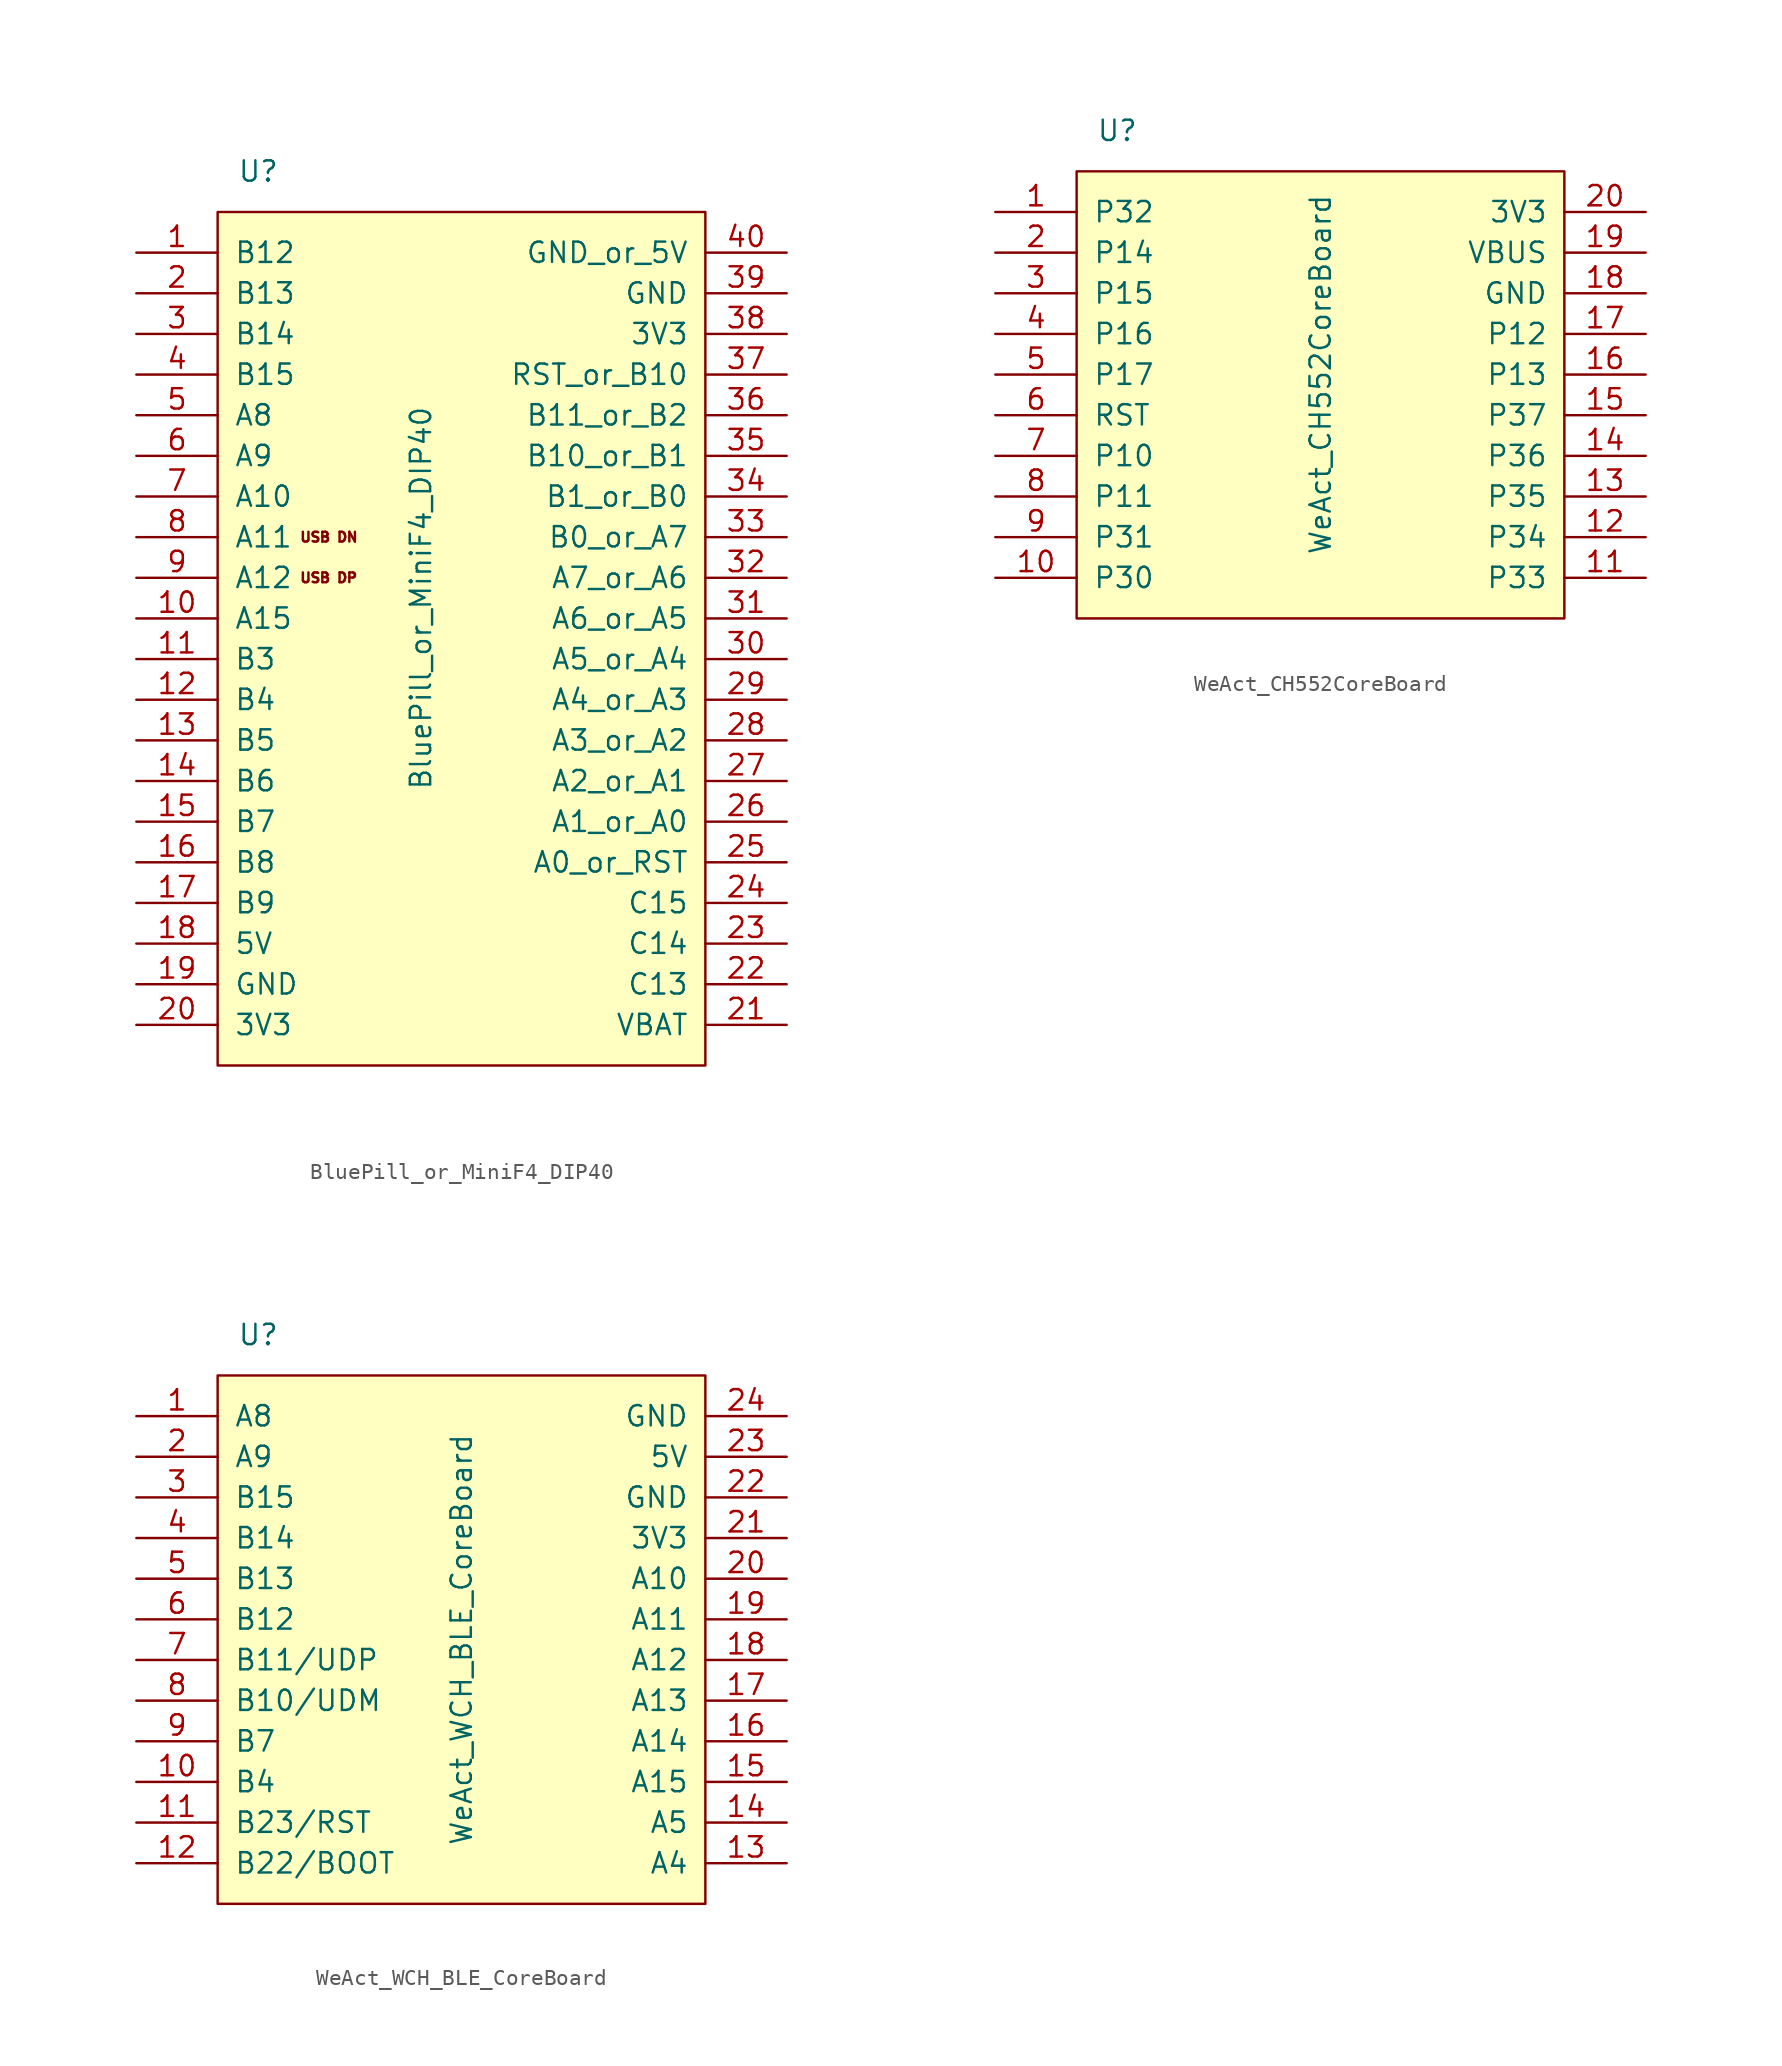
<source format=kicad_sym>
(kicad_symbol_lib
  (version 20231120)
  (generator "kicad_symbol_editor")
  (generator_version "8.0")
  (symbol "BluePill_or_MiniF4_DIP40"
    (pin_names
      (offset 1.016))
    (property "Reference" "U"
      (at -12.7 27.94 0)
      (effects (font (size 1.27 1.27))))
    (property "Value" "BluePill_or_MiniF4_DIP40"
      (at -2.54 1.27 90)
      (effects (font (size 1.27 1.27))))
    (symbol "BluePill_or_MiniF4_DIP40_0_0"
      (text "USB DN" (at -10.16 5.08 0) (effects (font (size 0.61 0.61)) (justify left)))
      (text "USB DP" (at -10.16 2.54 0) (effects (font (size 0.61 0.61)) (justify left))))
    (symbol "BluePill_or_MiniF4_DIP40_0_1"
      (rectangle (start -15.24 25.4) (end 15.24 -27.94) (stroke (width 0) (type solid)) (fill (type background))))
    (symbol "BluePill_or_MiniF4_DIP40_1_1"
      (pin bidirectional line (at -20.32 22.86 0) (length 5.08) (name "B12" (effects (font (size 1.27 1.27)))) (number "1" (effects (font (size 1.27 1.27)))))
      (pin bidirectional line (at -20.32 0 0) (length 5.08) (name "A15" (effects (font (size 1.27 1.27)))) (number "10" (effects (font (size 1.27 1.27)))))
      (pin bidirectional line (at -20.32 -2.54 0) (length 5.08) (name "B3" (effects (font (size 1.27 1.27)))) (number "11" (effects (font (size 1.27 1.27)))))
      (pin bidirectional line (at -20.32 -5.08 0) (length 5.08) (name "B4" (effects (font (size 1.27 1.27)))) (number "12" (effects (font (size 1.27 1.27)))))
      (pin bidirectional line (at -20.32 -7.62 0) (length 5.08) (name "B5" (effects (font (size 1.27 1.27)))) (number "13" (effects (font (size 1.27 1.27)))))
      (pin bidirectional line (at -20.32 -10.16 0) (length 5.08) (name "B6" (effects (font (size 1.27 1.27)))) (number "14" (effects (font (size 1.27 1.27)))))
      (pin bidirectional line (at -20.32 -12.7 0) (length 5.08) (name "B7" (effects (font (size 1.27 1.27)))) (number "15" (effects (font (size 1.27 1.27)))))
      (pin bidirectional line (at -20.32 -15.24 0) (length 5.08) (name "B8" (effects (font (size 1.27 1.27)))) (number "16" (effects (font (size 1.27 1.27)))))
      (pin bidirectional line (at -20.32 -17.78 0) (length 5.08) (name "B9" (effects (font (size 1.27 1.27)))) (number "17" (effects (font (size 1.27 1.27)))))
      (pin power_out line (at -20.32 -20.32 0) (length 5.08) (name "5V" (effects (font (size 1.27 1.27)))) (number "18" (effects (font (size 1.27 1.27)))))
      (pin power_out line (at -20.32 -22.86 0) (length 5.08) (name "GND" (effects (font (size 1.27 1.27)))) (number "19" (effects (font (size 1.27 1.27)))))
      (pin bidirectional line (at -20.32 20.32 0) (length 5.08) (name "B13" (effects (font (size 1.27 1.27)))) (number "2" (effects (font (size 1.27 1.27)))))
      (pin power_out line (at -20.32 -25.4 0) (length 5.08) (name "3V3" (effects (font (size 1.27 1.27)))) (number "20" (effects (font (size 1.27 1.27)))))
      (pin power_out line (at 20.32 -25.4 180) (length 5.08) (name "VBAT" (effects (font (size 1.27 1.27)))) (number "21" (effects (font (size 1.27 1.27)))))
      (pin bidirectional line (at 20.32 -22.86 180) (length 5.08) (name "C13" (effects (font (size 1.27 1.27)))) (number "22" (effects (font (size 1.27 1.27)))))
      (pin bidirectional line (at 20.32 -20.32 180) (length 5.08) (name "C14" (effects (font (size 1.27 1.27)))) (number "23" (effects (font (size 1.27 1.27)))))
      (pin bidirectional line (at 20.32 -17.78 180) (length 5.08) (name "C15" (effects (font (size 1.27 1.27)))) (number "24" (effects (font (size 1.27 1.27)))))
      (pin input line (at 20.32 -15.24 180) (length 5.08) (name "A0_or_RST" (effects (font (size 1.27 1.27)))) (number "25" (effects (font (size 1.27 1.27)))))
      (pin bidirectional line (at 20.32 -12.7 180) (length 5.08) (name "A1_or_A0" (effects (font (size 1.27 1.27)))) (number "26" (effects (font (size 1.27 1.27)))))
      (pin bidirectional line (at 20.32 -10.16 180) (length 5.08) (name "A2_or_A1" (effects (font (size 1.27 1.27)))) (number "27" (effects (font (size 1.27 1.27)))))
      (pin bidirectional line (at 20.32 -7.62 180) (length 5.08) (name "A3_or_A2" (effects (font (size 1.27 1.27)))) (number "28" (effects (font (size 1.27 1.27)))))
      (pin bidirectional line (at 20.32 -5.08 180) (length 5.08) (name "A4_or_A3" (effects (font (size 1.27 1.27)))) (number "29" (effects (font (size 1.27 1.27)))))
      (pin bidirectional line (at -20.32 17.78 0) (length 5.08) (name "B14" (effects (font (size 1.27 1.27)))) (number "3" (effects (font (size 1.27 1.27)))))
      (pin bidirectional line (at 20.32 -2.54 180) (length 5.08) (name "A5_or_A4" (effects (font (size 1.27 1.27)))) (number "30" (effects (font (size 1.27 1.27)))))
      (pin bidirectional line (at 20.32 0 180) (length 5.08) (name "A6_or_A5" (effects (font (size 1.27 1.27)))) (number "31" (effects (font (size 1.27 1.27)))))
      (pin bidirectional line (at 20.32 2.54 180) (length 5.08) (name "A7_or_A6" (effects (font (size 1.27 1.27)))) (number "32" (effects (font (size 1.27 1.27)))))
      (pin bidirectional line (at 20.32 5.08 180) (length 5.08) (name "B0_or_A7" (effects (font (size 1.27 1.27)))) (number "33" (effects (font (size 1.27 1.27)))))
      (pin bidirectional line (at 20.32 7.62 180) (length 5.08) (name "B1_or_B0" (effects (font (size 1.27 1.27)))) (number "34" (effects (font (size 1.27 1.27)))))
      (pin bidirectional line (at 20.32 10.16 180) (length 5.08) (name "B10_or_B1" (effects (font (size 1.27 1.27)))) (number "35" (effects (font (size 1.27 1.27)))))
      (pin bidirectional line (at 20.32 12.7 180) (length 5.08) (name "B11_or_B2" (effects (font (size 1.27 1.27)))) (number "36" (effects (font (size 1.27 1.27)))))
      (pin bidirectional line (at 20.32 15.24 180) (length 5.08) (name "RST_or_B10" (effects (font (size 1.27 1.27)))) (number "37" (effects (font (size 1.27 1.27)))))
      (pin power_out line (at 20.32 17.78 180) (length 5.08) (name "3V3" (effects (font (size 1.27 1.27)))) (number "38" (effects (font (size 1.27 1.27)))))
      (pin power_out line (at 20.32 20.32 180) (length 5.08) (name "GND" (effects (font (size 1.27 1.27)))) (number "39" (effects (font (size 1.27 1.27)))))
      (pin bidirectional line (at -20.32 15.24 0) (length 5.08) (name "B15" (effects (font (size 1.27 1.27)))) (number "4" (effects (font (size 1.27 1.27)))))
      (pin power_out line (at 20.32 22.86 180) (length 5.08) (name "GND_or_5V" (effects (font (size 1.27 1.27)))) (number "40" (effects (font (size 1.27 1.27)))))
      (pin bidirectional line (at -20.32 12.7 0) (length 5.08) (name "A8" (effects (font (size 1.27 1.27)))) (number "5" (effects (font (size 1.27 1.27)))))
      (pin bidirectional line (at -20.32 10.16 0) (length 5.08) (name "A9" (effects (font (size 1.27 1.27)))) (number "6" (effects (font (size 1.27 1.27)))))
      (pin bidirectional line (at -20.32 7.62 0) (length 5.08) (name "A10" (effects (font (size 1.27 1.27)))) (number "7" (effects (font (size 1.27 1.27)))))
      (pin bidirectional line (at -20.32 5.08 0) (length 5.08) (name "A11" (effects (font (size 1.27 1.27)))) (number "8" (effects (font (size 1.27 1.27)))))
      (pin bidirectional line (at -20.32 2.54 0) (length 5.08) (name "A12" (effects (font (size 1.27 1.27)))) (number "9" (effects (font (size 1.27 1.27)))))))
  (symbol "WeAct_CH552CoreBoard"
    (pin_names
      (offset 1.016))
    (property "Reference" "U"
      (at -12.7 27.94 0)
      (effects (font (size 1.27 1.27))))
    (property "Value" "WeAct_CH552CoreBoard"
      (at 0 12.7 90)
      (effects (font (size 1.27 1.27))))
    (symbol "WeAct_CH552CoreBoard_0_1"
      (rectangle (start -15.24 25.4) (end 15.24 -2.54) (stroke (width 0) (type solid)) (fill (type background))))
    (symbol "WeAct_CH552CoreBoard_1_1"
      (pin bidirectional line (at -20.32 22.86 0) (length 5.08) (name "P32" (effects (font (size 1.27 1.27)))) (number "1" (effects (font (size 1.27 1.27)))))
      (pin bidirectional line (at -20.32 0 0) (length 5.08) (name "P30" (effects (font (size 1.27 1.27)))) (number "10" (effects (font (size 1.27 1.27)))))
      (pin bidirectional line (at 20.32 0 180) (length 5.08) (name "P33" (effects (font (size 1.27 1.27)))) (number "11" (effects (font (size 1.27 1.27)))))
      (pin bidirectional line (at 20.32 2.54 180) (length 5.08) (name "P34" (effects (font (size 1.27 1.27)))) (number "12" (effects (font (size 1.27 1.27)))))
      (pin bidirectional line (at 20.32 5.08 180) (length 5.08) (name "P35" (effects (font (size 1.27 1.27)))) (number "13" (effects (font (size 1.27 1.27)))))
      (pin bidirectional line (at 20.32 7.62 180) (length 5.08) (name "P36" (effects (font (size 1.27 1.27)))) (number "14" (effects (font (size 1.27 1.27)))))
      (pin bidirectional line (at 20.32 10.16 180) (length 5.08) (name "P37" (effects (font (size 1.27 1.27)))) (number "15" (effects (font (size 1.27 1.27)))))
      (pin bidirectional line (at 20.32 12.7 180) (length 5.08) (name "P13" (effects (font (size 1.27 1.27)))) (number "16" (effects (font (size 1.27 1.27)))))
      (pin bidirectional line (at 20.32 15.24 180) (length 5.08) (name "P12" (effects (font (size 1.27 1.27)))) (number "17" (effects (font (size 1.27 1.27)))))
      (pin power_out line (at 20.32 17.78 180) (length 5.08) (name "GND" (effects (font (size 1.27 1.27)))) (number "18" (effects (font (size 1.27 1.27)))))
      (pin power_out line (at 20.32 20.32 180) (length 5.08) (name "VBUS" (effects (font (size 1.27 1.27)))) (number "19" (effects (font (size 1.27 1.27)))))
      (pin bidirectional line (at -20.32 20.32 0) (length 5.08) (name "P14" (effects (font (size 1.27 1.27)))) (number "2" (effects (font (size 1.27 1.27)))))
      (pin power_out line (at 20.32 22.86 180) (length 5.08) (name "3V3" (effects (font (size 1.27 1.27)))) (number "20" (effects (font (size 1.27 1.27)))))
      (pin bidirectional line (at -20.32 17.78 0) (length 5.08) (name "P15" (effects (font (size 1.27 1.27)))) (number "3" (effects (font (size 1.27 1.27)))))
      (pin bidirectional line (at -20.32 15.24 0) (length 5.08) (name "P16" (effects (font (size 1.27 1.27)))) (number "4" (effects (font (size 1.27 1.27)))))
      (pin bidirectional line (at -20.32 12.7 0) (length 5.08) (name "P17" (effects (font (size 1.27 1.27)))) (number "5" (effects (font (size 1.27 1.27)))))
      (pin bidirectional line (at -20.32 10.16 0) (length 5.08) (name "RST" (effects (font (size 1.27 1.27)))) (number "6" (effects (font (size 1.27 1.27)))))
      (pin bidirectional line (at -20.32 7.62 0) (length 5.08) (name "P10" (effects (font (size 1.27 1.27)))) (number "7" (effects (font (size 1.27 1.27)))))
      (pin bidirectional line (at -20.32 5.08 0) (length 5.08) (name "P11" (effects (font (size 1.27 1.27)))) (number "8" (effects (font (size 1.27 1.27)))))
      (pin bidirectional line (at -20.32 2.54 0) (length 5.08) (name "P31" (effects (font (size 1.27 1.27)))) (number "9" (effects (font (size 1.27 1.27)))))))
  (symbol "WeAct_WCH_BLE_CoreBoard"
    (pin_names
      (offset 1.016))
    (property "Reference" "U"
      (at -12.7 27.94 0)
      (effects (font (size 1.27 1.27))))
    (property "Value" "WeAct_WCH_BLE_CoreBoard"
      (at 0 8.89 90)
      (effects (font (size 1.27 1.27))))
    (symbol "WeAct_WCH_BLE_CoreBoard_0_1"
      (rectangle (start -15.24 25.4) (end 15.24 -7.62) (stroke (width 0) (type solid)) (fill (type background))))
    (symbol "WeAct_WCH_BLE_CoreBoard_1_1"
      (pin bidirectional line (at -20.32 22.86 0) (length 5.08) (name "A8" (effects (font (size 1.27 1.27)))) (number "1" (effects (font (size 1.27 1.27)))))
      (pin bidirectional line (at -20.32 0 0) (length 5.08) (name "B4" (effects (font (size 1.27 1.27)))) (number "10" (effects (font (size 1.27 1.27)))))
      (pin bidirectional line (at -20.32 -2.54 0) (length 5.08) (name "B23/RST" (effects (font (size 1.27 1.27)))) (number "11" (effects (font (size 1.27 1.27)))))
      (pin bidirectional line (at -20.32 -5.08 0) (length 5.08) (name "B22/BOOT" (effects (font (size 1.27 1.27)))) (number "12" (effects (font (size 1.27 1.27)))))
      (pin bidirectional line (at 20.32 -5.08 180) (length 5.08) (name "A4" (effects (font (size 1.27 1.27)))) (number "13" (effects (font (size 1.27 1.27)))))
      (pin bidirectional line (at 20.32 -2.54 180) (length 5.08) (name "A5" (effects (font (size 1.27 1.27)))) (number "14" (effects (font (size 1.27 1.27)))))
      (pin bidirectional line (at 20.32 0 180) (length 5.08) (name "A15" (effects (font (size 1.27 1.27)))) (number "15" (effects (font (size 1.27 1.27)))))
      (pin bidirectional line (at 20.32 2.54 180) (length 5.08) (name "A14" (effects (font (size 1.27 1.27)))) (number "16" (effects (font (size 1.27 1.27)))))
      (pin bidirectional line (at 20.32 5.08 180) (length 5.08) (name "A13" (effects (font (size 1.27 1.27)))) (number "17" (effects (font (size 1.27 1.27)))))
      (pin bidirectional line (at 20.32 7.62 180) (length 5.08) (name "A12" (effects (font (size 1.27 1.27)))) (number "18" (effects (font (size 1.27 1.27)))))
      (pin bidirectional line (at 20.32 10.16 180) (length 5.08) (name "A11" (effects (font (size 1.27 1.27)))) (number "19" (effects (font (size 1.27 1.27)))))
      (pin bidirectional line (at -20.32 20.32 0) (length 5.08) (name "A9" (effects (font (size 1.27 1.27)))) (number "2" (effects (font (size 1.27 1.27)))))
      (pin bidirectional line (at 20.32 12.7 180) (length 5.08) (name "A10" (effects (font (size 1.27 1.27)))) (number "20" (effects (font (size 1.27 1.27)))))
      (pin power_out line (at 20.32 15.24 180) (length 5.08) (name "3V3" (effects (font (size 1.27 1.27)))) (number "21" (effects (font (size 1.27 1.27)))))
      (pin power_out line (at 20.32 17.78 180) (length 5.08) (name "GND" (effects (font (size 1.27 1.27)))) (number "22" (effects (font (size 1.27 1.27)))))
      (pin power_out line (at 20.32 20.32 180) (length 5.08) (name "5V" (effects (font (size 1.27 1.27)))) (number "23" (effects (font (size 1.27 1.27)))))
      (pin power_out line (at 20.32 22.86 180) (length 5.08) (name "GND" (effects (font (size 1.27 1.27)))) (number "24" (effects (font (size 1.27 1.27)))))
      (pin bidirectional line (at -20.32 17.78 0) (length 5.08) (name "B15" (effects (font (size 1.27 1.27)))) (number "3" (effects (font (size 1.27 1.27)))))
      (pin bidirectional line (at -20.32 15.24 0) (length 5.08) (name "B14" (effects (font (size 1.27 1.27)))) (number "4" (effects (font (size 1.27 1.27)))))
      (pin bidirectional line (at -20.32 12.7 0) (length 5.08) (name "B13" (effects (font (size 1.27 1.27)))) (number "5" (effects (font (size 1.27 1.27)))))
      (pin bidirectional line (at -20.32 10.16 0) (length 5.08) (name "B12" (effects (font (size 1.27 1.27)))) (number "6" (effects (font (size 1.27 1.27)))))
      (pin bidirectional line (at -20.32 7.62 0) (length 5.08) (name "B11/UDP" (effects (font (size 1.27 1.27)))) (number "7" (effects (font (size 1.27 1.27)))))
      (pin bidirectional line (at -20.32 5.08 0) (length 5.08) (name "B10/UDM" (effects (font (size 1.27 1.27)))) (number "8" (effects (font (size 1.27 1.27)))))
      (pin bidirectional line (at -20.32 2.54 0) (length 5.08) (name "B7" (effects (font (size 1.27 1.27)))) (number "9" (effects (font (size 1.27 1.27))))))))
</source>
